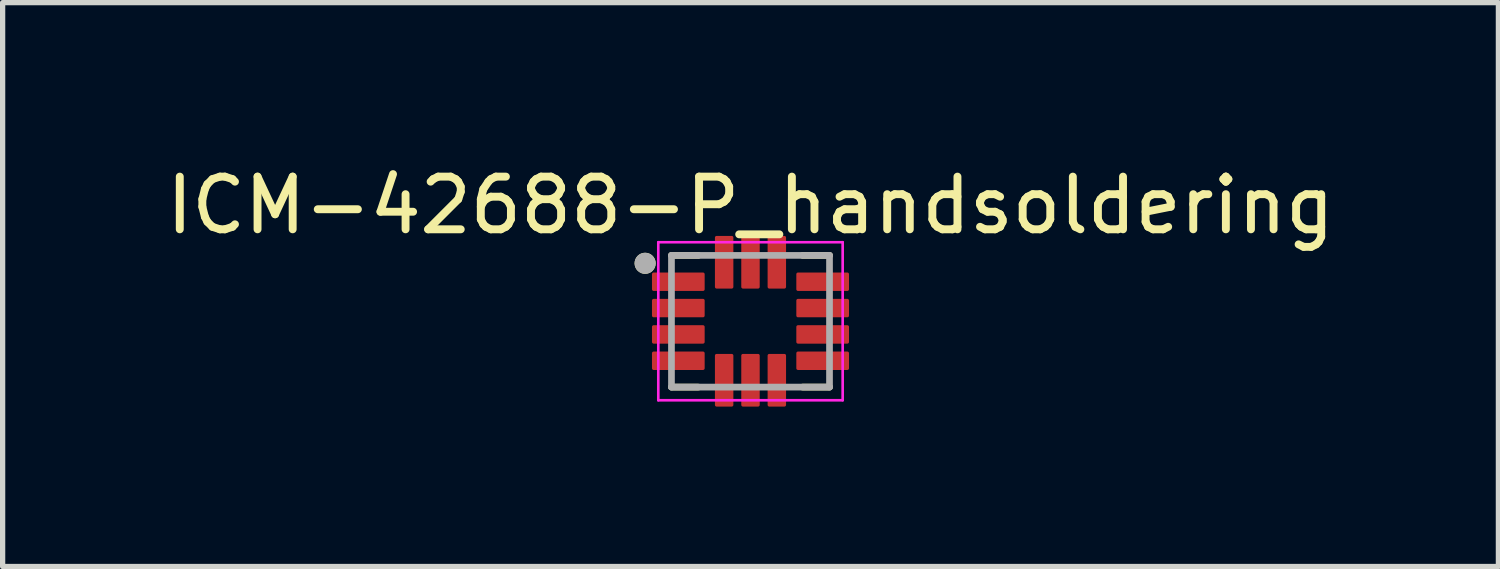
<source format=kicad_pcb>
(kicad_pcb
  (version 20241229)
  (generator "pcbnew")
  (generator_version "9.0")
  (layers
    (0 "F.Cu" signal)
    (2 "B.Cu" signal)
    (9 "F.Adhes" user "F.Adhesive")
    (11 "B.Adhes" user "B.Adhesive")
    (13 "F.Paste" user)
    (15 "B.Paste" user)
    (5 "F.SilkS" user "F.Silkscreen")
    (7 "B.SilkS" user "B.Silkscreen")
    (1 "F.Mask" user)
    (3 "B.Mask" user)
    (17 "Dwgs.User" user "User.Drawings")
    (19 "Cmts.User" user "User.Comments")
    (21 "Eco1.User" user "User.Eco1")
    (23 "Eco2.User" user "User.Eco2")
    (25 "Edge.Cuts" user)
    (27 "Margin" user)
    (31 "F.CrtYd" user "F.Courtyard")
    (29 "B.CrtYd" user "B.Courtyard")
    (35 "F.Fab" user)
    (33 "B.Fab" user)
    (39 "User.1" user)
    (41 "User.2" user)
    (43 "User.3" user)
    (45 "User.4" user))
  (footprint "ICM-42688-P_handsoldering"
    (layer "F.Cu")
    (at 11.196 3.048)
    (property "Reference" "ICM-42688-P_handsoldering" (at 0 -2.2 0) (layer "F.SilkS") (effects (font (size 1 1) (thickness 0.15))))
    (attr smd)
    (fp_rect (start -0.65 -1.6) (end -0.35 -0.65) (stroke (width 0.11) (type solid)) (fill yes) (layer "F.Mask"))
    (fp_rect (start -0.65 0.65) (end -0.35 1.6) (stroke (width 0.11) (type solid)) (fill yes) (layer "F.Mask"))
    (fp_rect (start -0.15 -1.6) (end 0.15 -0.65) (stroke (width 0.11) (type solid)) (fill yes) (layer "F.Mask"))
    (fp_rect (start -0.15 0.65) (end 0.15 1.6) (stroke (width 0.11) (type solid)) (fill yes) (layer "F.Mask"))
    (fp_rect (start 0.35 -1.6) (end 0.65 -0.65) (stroke (width 0.11) (type solid)) (fill yes) (layer "F.Mask"))
    (fp_rect (start 0.35 0.65) (end 0.65 1.6) (stroke (width 0.11) (type solid)) (fill yes) (layer "F.Mask"))
    (fp_poly (pts (xy -0.9 -0.9) (xy -1.85 -0.9) (xy -1.85 -0.6) (xy -0.9 -0.6)) (stroke (width 0.11) (type solid)) (fill yes) (layer "F.Mask"))
    (fp_poly (pts (xy -0.9 -0.4) (xy -1.85 -0.4) (xy -1.85 -0.1) (xy -0.9 -0.1)) (stroke (width 0.11) (type solid)) (fill yes) (layer "F.Mask"))
    (fp_poly (pts (xy -0.9 0.1) (xy -1.85 0.1) (xy -1.85 0.4) (xy -0.9 0.4)) (stroke (width 0.11) (type solid)) (fill yes) (layer "F.Mask"))
    (fp_poly (pts (xy -0.9 0.6) (xy -1.85 0.6) (xy -1.85 0.9) (xy -0.9 0.9)) (stroke (width 0.11) (type solid)) (fill yes) (layer "F.Mask"))
    (fp_poly (pts (xy 1.85 -0.9) (xy 0.9 -0.9) (xy 0.9 -0.6) (xy 1.85 -0.6)) (stroke (width 0.11) (type solid)) (fill yes) (layer "F.Mask"))
    (fp_poly (pts (xy 1.85 -0.4) (xy 0.9 -0.4) (xy 0.9 -0.1) (xy 1.85 -0.1)) (stroke (width 0.11) (type solid)) (fill yes) (layer "F.Mask"))
    (fp_poly (pts (xy 1.85 0.1) (xy 0.9 0.1) (xy 0.9 0.4) (xy 1.85 0.4)) (stroke (width 0.11) (type solid)) (fill yes) (layer "F.Mask"))
    (fp_poly (pts (xy 1.85 0.6) (xy 0.9 0.6) (xy 0.9 0.9) (xy 1.85 0.9)) (stroke (width 0.11) (type solid)) (fill yes) (layer "F.Mask"))
    (fp_line (start -1.5 -1.25) (end -0.99 -1.25) (stroke (width 0.127) (type solid)) (layer "F.SilkS"))
    (fp_line (start -1.5 1.25) (end -0.99 1.25) (stroke (width 0.127) (type solid)) (layer "F.SilkS"))
    (fp_line (start 0.99 -1.25) (end 1.5 -1.25) (stroke (width 0.127) (type solid)) (layer "F.SilkS"))
    (fp_line (start 1.5 1.25) (end 0.99 1.25) (stroke (width 0.127) (type solid)) (layer "F.SilkS"))
    (fp_circle (center -2 -1.1) (end -1.9 -1.1) (stroke (width 0.2) (type solid)) (fill no) (layer "F.SilkS"))
    (fp_line (start -1.75 -1.5) (end 1.75 -1.5) (stroke (width 0.05) (type solid)) (layer "F.CrtYd"))
    (fp_line (start -1.75 1.5) (end -1.75 -1.5) (stroke (width 0.05) (type solid)) (layer "F.CrtYd"))
    (fp_line (start 1.75 -1.5) (end 1.75 1.5) (stroke (width 0.05) (type solid)) (layer "F.CrtYd"))
    (fp_line (start 1.75 1.5) (end -1.75 1.5) (stroke (width 0.05) (type solid)) (layer "F.CrtYd"))
    (fp_line (start -1.5 -1.25) (end 1.5 -1.25) (stroke (width 0.127) (type solid)) (layer "F.Fab"))
    (fp_line (start -1.5 1.25) (end -1.5 -1.25) (stroke (width 0.127) (type solid)) (layer "F.Fab"))
    (fp_line (start 1.5 -1.25) (end 1.5 1.25) (stroke (width 0.127) (type solid)) (layer "F.Fab"))
    (fp_line (start 1.5 1.25) (end -1.5 1.25) (stroke (width 0.127) (type solid)) (layer "F.Fab"))
    (fp_circle (center -2 -1.1) (end -1.9 -1.1) (stroke (width 0.2) (type solid)) (fill no) (layer "F.Fab"))
    (pad "1" smd roundrect (at -1.37 -0.75) (size 1 0.35) (layers "F.Cu" "F.Paste") (roundrect_rratio 0.09))
    (pad "2" smd roundrect (at -1.37 -0.25) (size 1 0.35) (layers "F.Cu" "F.Paste") (roundrect_rratio 0.09))
    (pad "3" smd roundrect (at -1.37 0.25) (size 1 0.35) (layers "F.Cu" "F.Paste") (roundrect_rratio 0.09))
    (pad "4" smd roundrect (at -1.37 0.75) (size 1 0.35) (layers "F.Cu" "F.Paste") (roundrect_rratio 0.09))
    (pad "5" smd roundrect (at -0.5 1.12 90) (size 1 0.35) (layers "F.Cu" "F.Paste") (roundrect_rratio 0.09))
    (pad "6" smd roundrect (at 0 1.12 90) (size 1 0.35) (layers "F.Cu" "F.Paste") (roundrect_rratio 0.09))
    (pad "7" smd roundrect (at 0.5 1.12 90) (size 1 0.35) (layers "F.Cu" "F.Paste") (roundrect_rratio 0.09))
    (pad "8" smd roundrect (at 1.37 0.75) (size 1 0.35) (layers "F.Cu" "F.Paste") (roundrect_rratio 0.09))
    (pad "9" smd roundrect (at 1.37 0.25) (size 1 0.35) (layers "F.Cu" "F.Paste") (roundrect_rratio 0.09))
    (pad "10" smd roundrect (at 1.37 -0.25) (size 1 0.35) (layers "F.Cu" "F.Paste") (roundrect_rratio 0.09))
    (pad "11" smd roundrect (at 1.37 -0.75) (size 1 0.35) (layers "F.Cu" "F.Paste") (roundrect_rratio 0.09))
    (pad "12" smd roundrect (at 0.5 -1.12 270) (size 1 0.35) (layers "F.Cu" "F.Paste") (roundrect_rratio 0.09))
    (pad "13" smd roundrect (at 0 -1.12 270) (size 1 0.35) (layers "F.Cu" "F.Paste") (roundrect_rratio 0.09))
    (pad "14" smd roundrect (at -0.5 -1.12 270) (size 1 0.35) (layers "F.Cu" "F.Paste") (roundrect_rratio 0.09)))
  (gr_rect
    (start -3 -3)
    (end 25.393 7.703)
    (stroke (width 0.1) (type default))
    (fill no)
    (layer "Edge.Cuts")))
</source>
